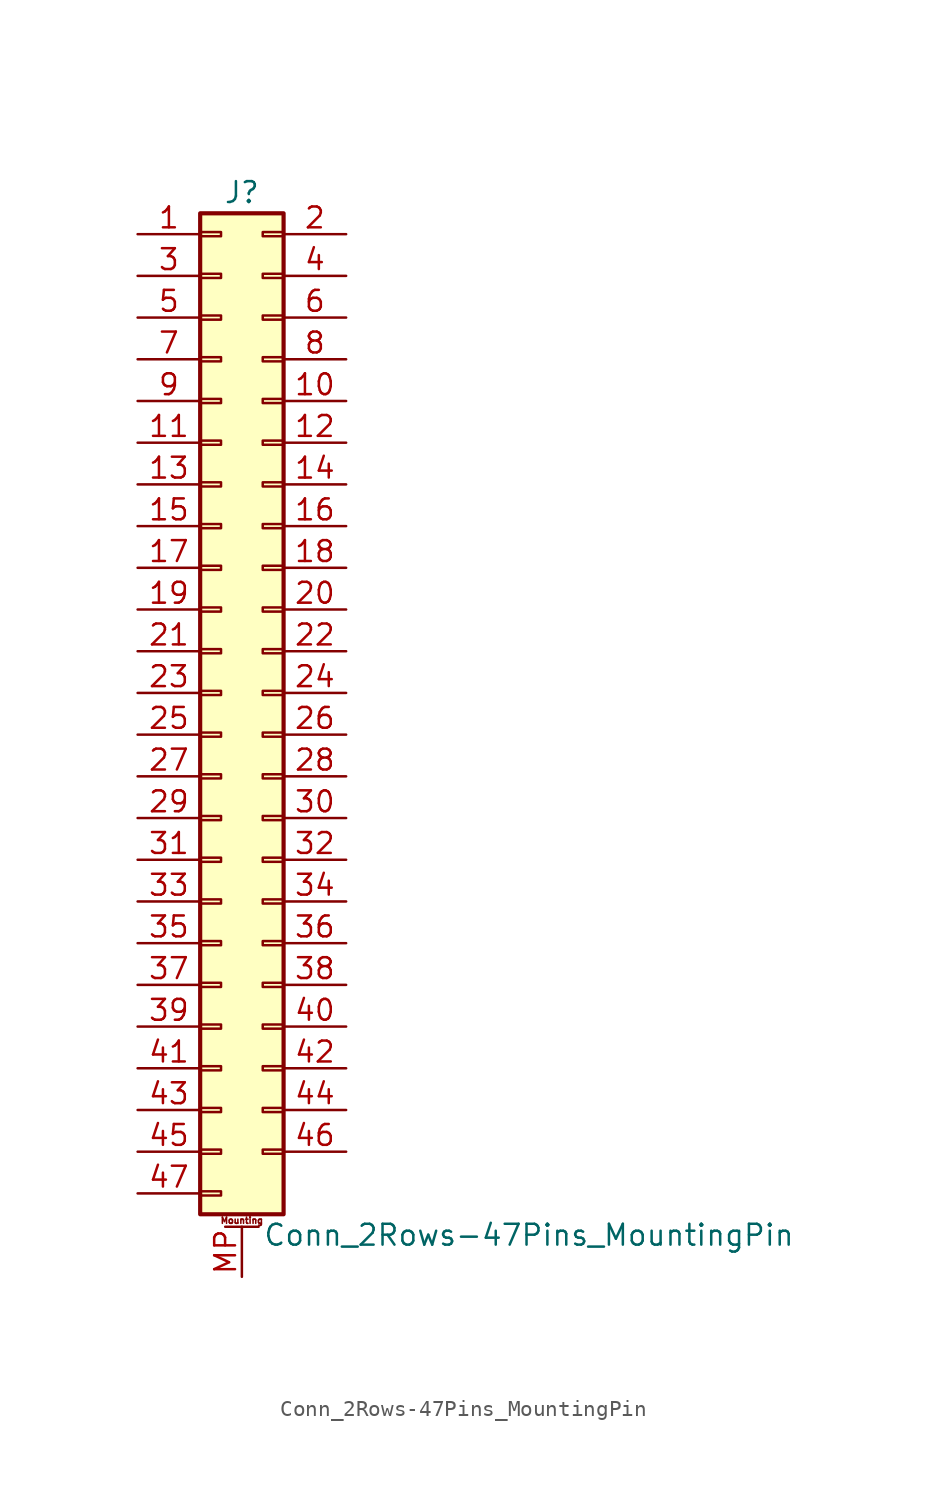
<source format=kicad_sym>
(kicad_symbol_lib
  (version 20220914)
  (generator kicad_symbol_editor)
  (symbol "Conn_2Rows-47Pins_MountingPin"
    (pin_names
      (offset 1.016) hide)
    (property "Reference" "J"
      (at 1.27 30.48 0)
      (effects (font (size 1.27 1.27))))
    (property "Value" "Conn_2Rows-47Pins_MountingPin"
      (at 2.54 -33.02 0)
      (effects (font (size 1.27 1.27)) (justify left)))
    (symbol "Conn_2Rows-47Pins_MountingPin_1_1"
      (rectangle (start -1.27 -30.353) (end 0 -30.607) (stroke (width 0.152) (type default)) (fill (type none)))
      (rectangle (start -1.27 -27.813) (end 0 -28.067) (stroke (width 0.152) (type default)) (fill (type none)))
      (rectangle (start -1.27 -25.273) (end 0 -25.527) (stroke (width 0.152) (type default)) (fill (type none)))
      (rectangle (start -1.27 -22.733) (end 0 -22.987) (stroke (width 0.152) (type default)) (fill (type none)))
      (rectangle (start -1.27 -20.193) (end 0 -20.447) (stroke (width 0.152) (type default)) (fill (type none)))
      (rectangle (start -1.27 -17.653) (end 0 -17.907) (stroke (width 0.152) (type default)) (fill (type none)))
      (rectangle (start -1.27 -15.113) (end 0 -15.367) (stroke (width 0.152) (type default)) (fill (type none)))
      (rectangle (start -1.27 -12.573) (end 0 -12.827) (stroke (width 0.152) (type default)) (fill (type none)))
      (rectangle (start -1.27 -10.033) (end 0 -10.287) (stroke (width 0.152) (type default)) (fill (type none)))
      (rectangle (start -1.27 -7.493) (end 0 -7.747) (stroke (width 0.152) (type default)) (fill (type none)))
      (rectangle (start -1.27 -4.953) (end 0 -5.207) (stroke (width 0.152) (type default)) (fill (type none)))
      (rectangle (start -1.27 -2.413) (end 0 -2.667) (stroke (width 0.152) (type default)) (fill (type none)))
      (rectangle (start -1.27 0.127) (end 0 -0.127) (stroke (width 0.152) (type default)) (fill (type none)))
      (rectangle (start -1.27 2.667) (end 0 2.413) (stroke (width 0.152) (type default)) (fill (type none)))
      (rectangle (start -1.27 5.207) (end 0 4.953) (stroke (width 0.152) (type default)) (fill (type none)))
      (rectangle (start -1.27 7.747) (end 0 7.493) (stroke (width 0.152) (type default)) (fill (type none)))
      (rectangle (start -1.27 10.287) (end 0 10.033) (stroke (width 0.152) (type default)) (fill (type none)))
      (rectangle (start -1.27 12.827) (end 0 12.573) (stroke (width 0.152) (type default)) (fill (type none)))
      (rectangle (start -1.27 15.367) (end 0 15.113) (stroke (width 0.152) (type default)) (fill (type none)))
      (rectangle (start -1.27 17.907) (end 0 17.653) (stroke (width 0.152) (type default)) (fill (type none)))
      (rectangle (start -1.27 20.447) (end 0 20.193) (stroke (width 0.152) (type default)) (fill (type none)))
      (rectangle (start -1.27 22.987) (end 0 22.733) (stroke (width 0.152) (type default)) (fill (type none)))
      (rectangle (start -1.27 25.527) (end 0 25.273) (stroke (width 0.152) (type default)) (fill (type none)))
      (rectangle (start -1.27 28.067) (end 0 27.813) (stroke (width 0.152) (type default)) (fill (type none)))
      (rectangle (start -1.27 29.21) (end 3.81 -31.75) (stroke (width 0.254) (type default)) (fill (type background)))
      (polyline (pts (xy 0.254 -32.512) (xy 2.286 -32.512)) (stroke (width 0.152) (type default)) (fill (type none)))
      (rectangle (start 3.81 -27.813) (end 2.54 -28.067) (stroke (width 0.152) (type default)) (fill (type none)))
      (rectangle (start 3.81 -25.273) (end 2.54 -25.527) (stroke (width 0.152) (type default)) (fill (type none)))
      (rectangle (start 3.81 -22.733) (end 2.54 -22.987) (stroke (width 0.152) (type default)) (fill (type none)))
      (rectangle (start 3.81 -20.193) (end 2.54 -20.447) (stroke (width 0.152) (type default)) (fill (type none)))
      (rectangle (start 3.81 -17.653) (end 2.54 -17.907) (stroke (width 0.152) (type default)) (fill (type none)))
      (rectangle (start 3.81 -15.113) (end 2.54 -15.367) (stroke (width 0.152) (type default)) (fill (type none)))
      (rectangle (start 3.81 -12.573) (end 2.54 -12.827) (stroke (width 0.152) (type default)) (fill (type none)))
      (rectangle (start 3.81 -10.033) (end 2.54 -10.287) (stroke (width 0.152) (type default)) (fill (type none)))
      (rectangle (start 3.81 -7.493) (end 2.54 -7.747) (stroke (width 0.152) (type default)) (fill (type none)))
      (rectangle (start 3.81 -4.953) (end 2.54 -5.207) (stroke (width 0.152) (type default)) (fill (type none)))
      (rectangle (start 3.81 -2.413) (end 2.54 -2.667) (stroke (width 0.152) (type default)) (fill (type none)))
      (rectangle (start 3.81 0.127) (end 2.54 -0.127) (stroke (width 0.152) (type default)) (fill (type none)))
      (rectangle (start 3.81 2.667) (end 2.54 2.413) (stroke (width 0.152) (type default)) (fill (type none)))
      (rectangle (start 3.81 5.207) (end 2.54 4.953) (stroke (width 0.152) (type default)) (fill (type none)))
      (rectangle (start 3.81 7.747) (end 2.54 7.493) (stroke (width 0.152) (type default)) (fill (type none)))
      (rectangle (start 3.81 10.287) (end 2.54 10.033) (stroke (width 0.152) (type default)) (fill (type none)))
      (rectangle (start 3.81 12.827) (end 2.54 12.573) (stroke (width 0.152) (type default)) (fill (type none)))
      (rectangle (start 3.81 15.367) (end 2.54 15.113) (stroke (width 0.152) (type default)) (fill (type none)))
      (rectangle (start 3.81 17.907) (end 2.54 17.653) (stroke (width 0.152) (type default)) (fill (type none)))
      (rectangle (start 3.81 20.447) (end 2.54 20.193) (stroke (width 0.152) (type default)) (fill (type none)))
      (rectangle (start 3.81 22.987) (end 2.54 22.733) (stroke (width 0.152) (type default)) (fill (type none)))
      (rectangle (start 3.81 25.527) (end 2.54 25.273) (stroke (width 0.152) (type default)) (fill (type none)))
      (rectangle (start 3.81 28.067) (end 2.54 27.813) (stroke (width 0.152) (type default)) (fill (type none)))
      (text "Mounting" (at 1.27 -32.131 0) (effects (font (size 0.381 0.381))))
      (pin passive line (at -5.08 27.94 0) (length 3.81) (name "Pin_1" (effects (font (size 1.27 1.27)))) (number "1" (effects (font (size 1.27 1.27)))))
      (pin passive line (at 7.62 17.78 180) (length 3.81) (name "Pin_10" (effects (font (size 1.27 1.27)))) (number "10" (effects (font (size 1.27 1.27)))))
      (pin passive line (at -5.08 15.24 0) (length 3.81) (name "Pin_11" (effects (font (size 1.27 1.27)))) (number "11" (effects (font (size 1.27 1.27)))))
      (pin passive line (at 7.62 15.24 180) (length 3.81) (name "Pin_12" (effects (font (size 1.27 1.27)))) (number "12" (effects (font (size 1.27 1.27)))))
      (pin passive line (at -5.08 12.7 0) (length 3.81) (name "Pin_13" (effects (font (size 1.27 1.27)))) (number "13" (effects (font (size 1.27 1.27)))))
      (pin passive line (at 7.62 12.7 180) (length 3.81) (name "Pin_14" (effects (font (size 1.27 1.27)))) (number "14" (effects (font (size 1.27 1.27)))))
      (pin passive line (at -5.08 10.16 0) (length 3.81) (name "Pin_15" (effects (font (size 1.27 1.27)))) (number "15" (effects (font (size 1.27 1.27)))))
      (pin passive line (at 7.62 10.16 180) (length 3.81) (name "Pin_16" (effects (font (size 1.27 1.27)))) (number "16" (effects (font (size 1.27 1.27)))))
      (pin passive line (at -5.08 7.62 0) (length 3.81) (name "Pin_17" (effects (font (size 1.27 1.27)))) (number "17" (effects (font (size 1.27 1.27)))))
      (pin passive line (at 7.62 7.62 180) (length 3.81) (name "Pin_18" (effects (font (size 1.27 1.27)))) (number "18" (effects (font (size 1.27 1.27)))))
      (pin passive line (at -5.08 5.08 0) (length 3.81) (name "Pin_19" (effects (font (size 1.27 1.27)))) (number "19" (effects (font (size 1.27 1.27)))))
      (pin passive line (at 7.62 27.94 180) (length 3.81) (name "Pin_2" (effects (font (size 1.27 1.27)))) (number "2" (effects (font (size 1.27 1.27)))))
      (pin passive line (at 7.62 5.08 180) (length 3.81) (name "Pin_20" (effects (font (size 1.27 1.27)))) (number "20" (effects (font (size 1.27 1.27)))))
      (pin passive line (at -5.08 2.54 0) (length 3.81) (name "Pin_21" (effects (font (size 1.27 1.27)))) (number "21" (effects (font (size 1.27 1.27)))))
      (pin passive line (at 7.62 2.54 180) (length 3.81) (name "Pin_22" (effects (font (size 1.27 1.27)))) (number "22" (effects (font (size 1.27 1.27)))))
      (pin passive line (at -5.08 0 0) (length 3.81) (name "Pin_23" (effects (font (size 1.27 1.27)))) (number "23" (effects (font (size 1.27 1.27)))))
      (pin passive line (at 7.62 0 180) (length 3.81) (name "Pin_24" (effects (font (size 1.27 1.27)))) (number "24" (effects (font (size 1.27 1.27)))))
      (pin passive line (at -5.08 -2.54 0) (length 3.81) (name "Pin_25" (effects (font (size 1.27 1.27)))) (number "25" (effects (font (size 1.27 1.27)))))
      (pin passive line (at 7.62 -2.54 180) (length 3.81) (name "Pin_26" (effects (font (size 1.27 1.27)))) (number "26" (effects (font (size 1.27 1.27)))))
      (pin passive line (at -5.08 -5.08 0) (length 3.81) (name "Pin_27" (effects (font (size 1.27 1.27)))) (number "27" (effects (font (size 1.27 1.27)))))
      (pin passive line (at 7.62 -5.08 180) (length 3.81) (name "Pin_28" (effects (font (size 1.27 1.27)))) (number "28" (effects (font (size 1.27 1.27)))))
      (pin passive line (at -5.08 -7.62 0) (length 3.81) (name "Pin_29" (effects (font (size 1.27 1.27)))) (number "29" (effects (font (size 1.27 1.27)))))
      (pin passive line (at -5.08 25.4 0) (length 3.81) (name "Pin_3" (effects (font (size 1.27 1.27)))) (number "3" (effects (font (size 1.27 1.27)))))
      (pin passive line (at 7.62 -7.62 180) (length 3.81) (name "Pin_30" (effects (font (size 1.27 1.27)))) (number "30" (effects (font (size 1.27 1.27)))))
      (pin passive line (at -5.08 -10.16 0) (length 3.81) (name "Pin_31" (effects (font (size 1.27 1.27)))) (number "31" (effects (font (size 1.27 1.27)))))
      (pin passive line (at 7.62 -10.16 180) (length 3.81) (name "Pin_32" (effects (font (size 1.27 1.27)))) (number "32" (effects (font (size 1.27 1.27)))))
      (pin passive line (at -5.08 -12.7 0) (length 3.81) (name "Pin_33" (effects (font (size 1.27 1.27)))) (number "33" (effects (font (size 1.27 1.27)))))
      (pin passive line (at 7.62 -12.7 180) (length 3.81) (name "Pin_34" (effects (font (size 1.27 1.27)))) (number "34" (effects (font (size 1.27 1.27)))))
      (pin passive line (at -5.08 -15.24 0) (length 3.81) (name "Pin_35" (effects (font (size 1.27 1.27)))) (number "35" (effects (font (size 1.27 1.27)))))
      (pin passive line (at 7.62 -15.24 180) (length 3.81) (name "Pin_36" (effects (font (size 1.27 1.27)))) (number "36" (effects (font (size 1.27 1.27)))))
      (pin passive line (at -5.08 -17.78 0) (length 3.81) (name "Pin_37" (effects (font (size 1.27 1.27)))) (number "37" (effects (font (size 1.27 1.27)))))
      (pin passive line (at 7.62 -17.78 180) (length 3.81) (name "Pin_38" (effects (font (size 1.27 1.27)))) (number "38" (effects (font (size 1.27 1.27)))))
      (pin passive line (at -5.08 -20.32 0) (length 3.81) (name "Pin_39" (effects (font (size 1.27 1.27)))) (number "39" (effects (font (size 1.27 1.27)))))
      (pin passive line (at 7.62 25.4 180) (length 3.81) (name "Pin_4" (effects (font (size 1.27 1.27)))) (number "4" (effects (font (size 1.27 1.27)))))
      (pin passive line (at 7.62 -20.32 180) (length 3.81) (name "Pin_40" (effects (font (size 1.27 1.27)))) (number "40" (effects (font (size 1.27 1.27)))))
      (pin passive line (at -5.08 -22.86 0) (length 3.81) (name "Pin_41" (effects (font (size 1.27 1.27)))) (number "41" (effects (font (size 1.27 1.27)))))
      (pin passive line (at 7.62 -22.86 180) (length 3.81) (name "Pin_42" (effects (font (size 1.27 1.27)))) (number "42" (effects (font (size 1.27 1.27)))))
      (pin passive line (at -5.08 -25.4 0) (length 3.81) (name "Pin_43" (effects (font (size 1.27 1.27)))) (number "43" (effects (font (size 1.27 1.27)))))
      (pin passive line (at 7.62 -25.4 180) (length 3.81) (name "Pin_44" (effects (font (size 1.27 1.27)))) (number "44" (effects (font (size 1.27 1.27)))))
      (pin passive line (at -5.08 -27.94 0) (length 3.81) (name "Pin_45" (effects (font (size 1.27 1.27)))) (number "45" (effects (font (size 1.27 1.27)))))
      (pin passive line (at 7.62 -27.94 180) (length 3.81) (name "Pin_46" (effects (font (size 1.27 1.27)))) (number "46" (effects (font (size 1.27 1.27)))))
      (pin passive line (at -5.08 -30.48 0) (length 3.81) (name "Pin_47" (effects (font (size 1.27 1.27)))) (number "47" (effects (font (size 1.27 1.27)))))
      (pin passive line (at -5.08 22.86 0) (length 3.81) (name "Pin_5" (effects (font (size 1.27 1.27)))) (number "5" (effects (font (size 1.27 1.27)))))
      (pin passive line (at 7.62 22.86 180) (length 3.81) (name "Pin_6" (effects (font (size 1.27 1.27)))) (number "6" (effects (font (size 1.27 1.27)))))
      (pin passive line (at -5.08 20.32 0) (length 3.81) (name "Pin_7" (effects (font (size 1.27 1.27)))) (number "7" (effects (font (size 1.27 1.27)))))
      (pin passive line (at 7.62 20.32 180) (length 3.81) (name "Pin_8" (effects (font (size 1.27 1.27)))) (number "8" (effects (font (size 1.27 1.27)))))
      (pin passive line (at -5.08 17.78 0) (length 3.81) (name "Pin_9" (effects (font (size 1.27 1.27)))) (number "9" (effects (font (size 1.27 1.27)))))
      (pin passive line (at 1.27 -35.56 90) (length 3.048) (name "MountPin" (effects (font (size 1.27 1.27)))) (number "MP" (effects (font (size 1.27 1.27))))))))
</source>
